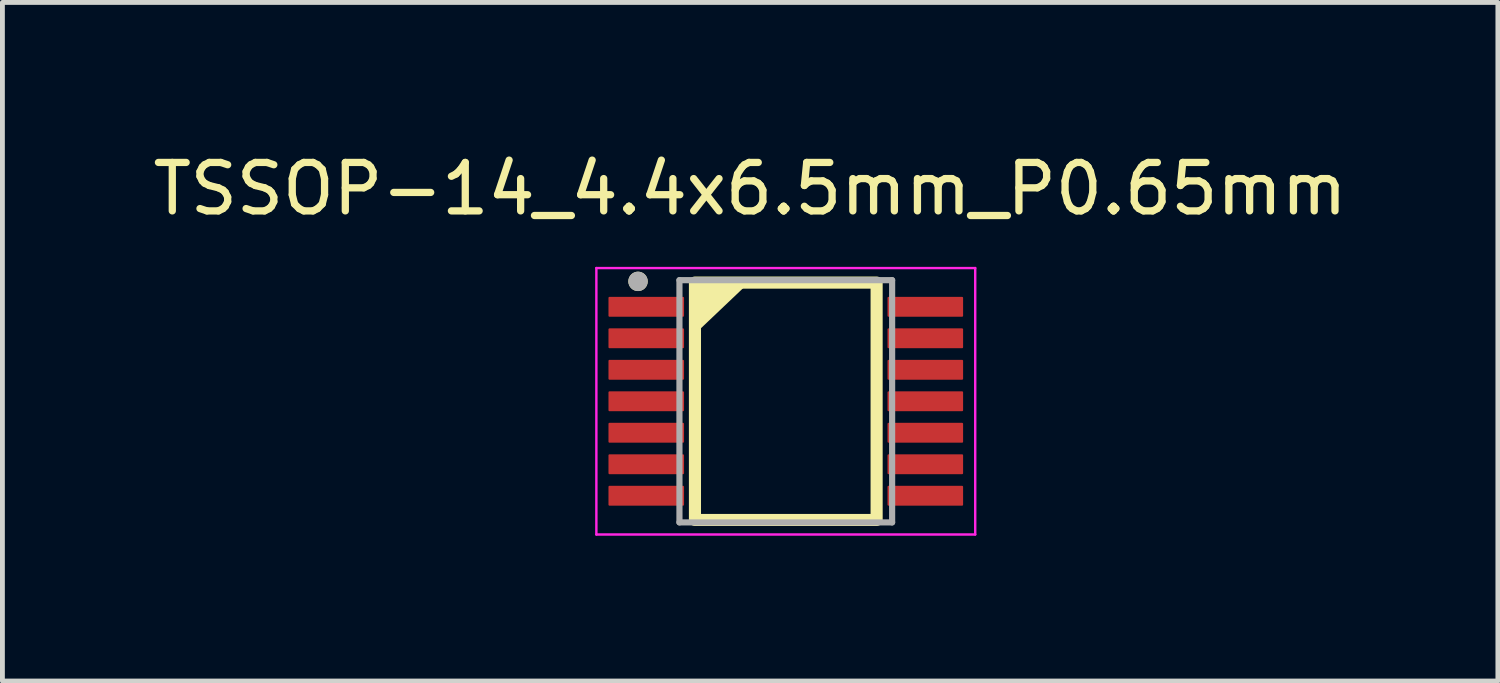
<source format=kicad_pcb>
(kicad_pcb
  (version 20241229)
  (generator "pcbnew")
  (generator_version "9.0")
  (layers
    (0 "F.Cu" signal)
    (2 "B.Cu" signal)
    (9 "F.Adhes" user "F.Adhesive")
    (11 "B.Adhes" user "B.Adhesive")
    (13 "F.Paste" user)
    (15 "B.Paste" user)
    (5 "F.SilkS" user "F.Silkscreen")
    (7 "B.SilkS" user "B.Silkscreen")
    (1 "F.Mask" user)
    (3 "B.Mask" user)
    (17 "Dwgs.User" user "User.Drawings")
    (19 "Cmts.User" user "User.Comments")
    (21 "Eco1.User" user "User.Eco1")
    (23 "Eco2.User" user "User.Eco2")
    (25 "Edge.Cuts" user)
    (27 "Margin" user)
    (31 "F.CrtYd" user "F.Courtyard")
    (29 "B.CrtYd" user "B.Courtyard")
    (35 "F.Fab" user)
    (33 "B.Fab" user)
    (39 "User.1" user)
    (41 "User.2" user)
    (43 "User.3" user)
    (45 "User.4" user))
  (footprint "TSSOP-14_4.4x6.5mm_P0.65mm"
    (layer "F.Cu")
    (at 13.17 5.233)
    (property "Reference" "TSSOP-14_4.4x6.5mm_P0.65mm" (at -0.735 -4.385 0) (layer "F.SilkS") (effects (font (size 1 1) (thickness 0.15))))
    (attr smd)
    (fp_rect (start -1.875 -2.45) (end 1.875 2.45) (stroke (width 0.25) (type solid)) (fill no) (layer "F.SilkS"))
    (fp_circle (center -3.05 -2.475) (end -2.95 -2.475) (stroke (width 0.2) (type solid)) (fill no) (layer "F.SilkS"))
    (fp_poly (pts (xy -1.858 -1.489) (xy -1.858 -2.439) (xy -0.858 -2.439)) (stroke (width 0.12) (type solid)) (fill yes) (layer "F.SilkS"))
    (fp_line (start -3.91 -2.75) (end -3.91 2.75) (stroke (width 0.05) (type solid)) (layer "F.CrtYd"))
    (fp_line (start -3.91 2.75) (end 3.91 2.75) (stroke (width 0.05) (type solid)) (layer "F.CrtYd"))
    (fp_line (start 3.91 -2.75) (end -3.91 -2.75) (stroke (width 0.05) (type solid)) (layer "F.CrtYd"))
    (fp_line (start 3.91 2.75) (end 3.91 -2.75) (stroke (width 0.05) (type solid)) (layer "F.CrtYd"))
    (fp_line (start -2.195 -2.5) (end -2.195 2.5) (stroke (width 0.127) (type solid)) (layer "F.Fab"))
    (fp_line (start -2.195 -2.5) (end 2.195 -2.5) (stroke (width 0.127) (type solid)) (layer "F.Fab"))
    (fp_line (start -2.195 2.5) (end 2.195 2.5) (stroke (width 0.127) (type solid)) (layer "F.Fab"))
    (fp_line (start 2.195 -2.5) (end 2.195 2.5) (stroke (width 0.127) (type solid)) (layer "F.Fab"))
    (fp_circle (center -3.05 -2.475) (end -2.95 -2.475) (stroke (width 0.2) (type solid)) (fill no) (layer "F.Fab"))
    (pad "1" smd roundrect (at -2.88 -1.95) (size 1.56 0.41) (layers "F.Cu" "F.Mask" "F.Paste") (roundrect_rratio 0.05))
    (pad "2" smd roundrect (at -2.88 -1.3) (size 1.56 0.41) (layers "F.Cu" "F.Mask" "F.Paste") (roundrect_rratio 0.05))
    (pad "3" smd roundrect (at -2.88 -0.65) (size 1.56 0.41) (layers "F.Cu" "F.Mask" "F.Paste") (roundrect_rratio 0.05))
    (pad "4" smd roundrect (at -2.88 0) (size 1.56 0.41) (layers "F.Cu" "F.Mask" "F.Paste") (roundrect_rratio 0.05))
    (pad "5" smd roundrect (at -2.88 0.65) (size 1.56 0.41) (layers "F.Cu" "F.Mask" "F.Paste") (roundrect_rratio 0.05))
    (pad "6" smd roundrect (at -2.88 1.3) (size 1.56 0.41) (layers "F.Cu" "F.Mask" "F.Paste") (roundrect_rratio 0.05))
    (pad "7" smd roundrect (at -2.88 1.95) (size 1.56 0.41) (layers "F.Cu" "F.Mask" "F.Paste") (roundrect_rratio 0.05))
    (pad "8" smd roundrect (at 2.88 1.95) (size 1.56 0.41) (layers "F.Cu" "F.Mask" "F.Paste") (roundrect_rratio 0.05))
    (pad "9" smd roundrect (at 2.88 1.3) (size 1.56 0.41) (layers "F.Cu" "F.Mask" "F.Paste") (roundrect_rratio 0.05))
    (pad "10" smd roundrect (at 2.88 0.65) (size 1.56 0.41) (layers "F.Cu" "F.Mask" "F.Paste") (roundrect_rratio 0.05))
    (pad "11" smd roundrect (at 2.88 0) (size 1.56 0.41) (layers "F.Cu" "F.Mask" "F.Paste") (roundrect_rratio 0.05))
    (pad "12" smd roundrect (at 2.88 -0.65) (size 1.56 0.41) (layers "F.Cu" "F.Mask" "F.Paste") (roundrect_rratio 0.05))
    (pad "13" smd roundrect (at 2.88 -1.3) (size 1.56 0.41) (layers "F.Cu" "F.Mask" "F.Paste") (roundrect_rratio 0.05))
    (pad "14" smd roundrect (at 2.88 -1.95) (size 1.56 0.41) (layers "F.Cu" "F.Mask" "F.Paste") (roundrect_rratio 0.05)))
  (gr_rect
    (start -3 -3)
    (end 27.869 11.008)
    (stroke (width 0.1) (type default))
    (fill no)
    (layer "Edge.Cuts")))
</source>
